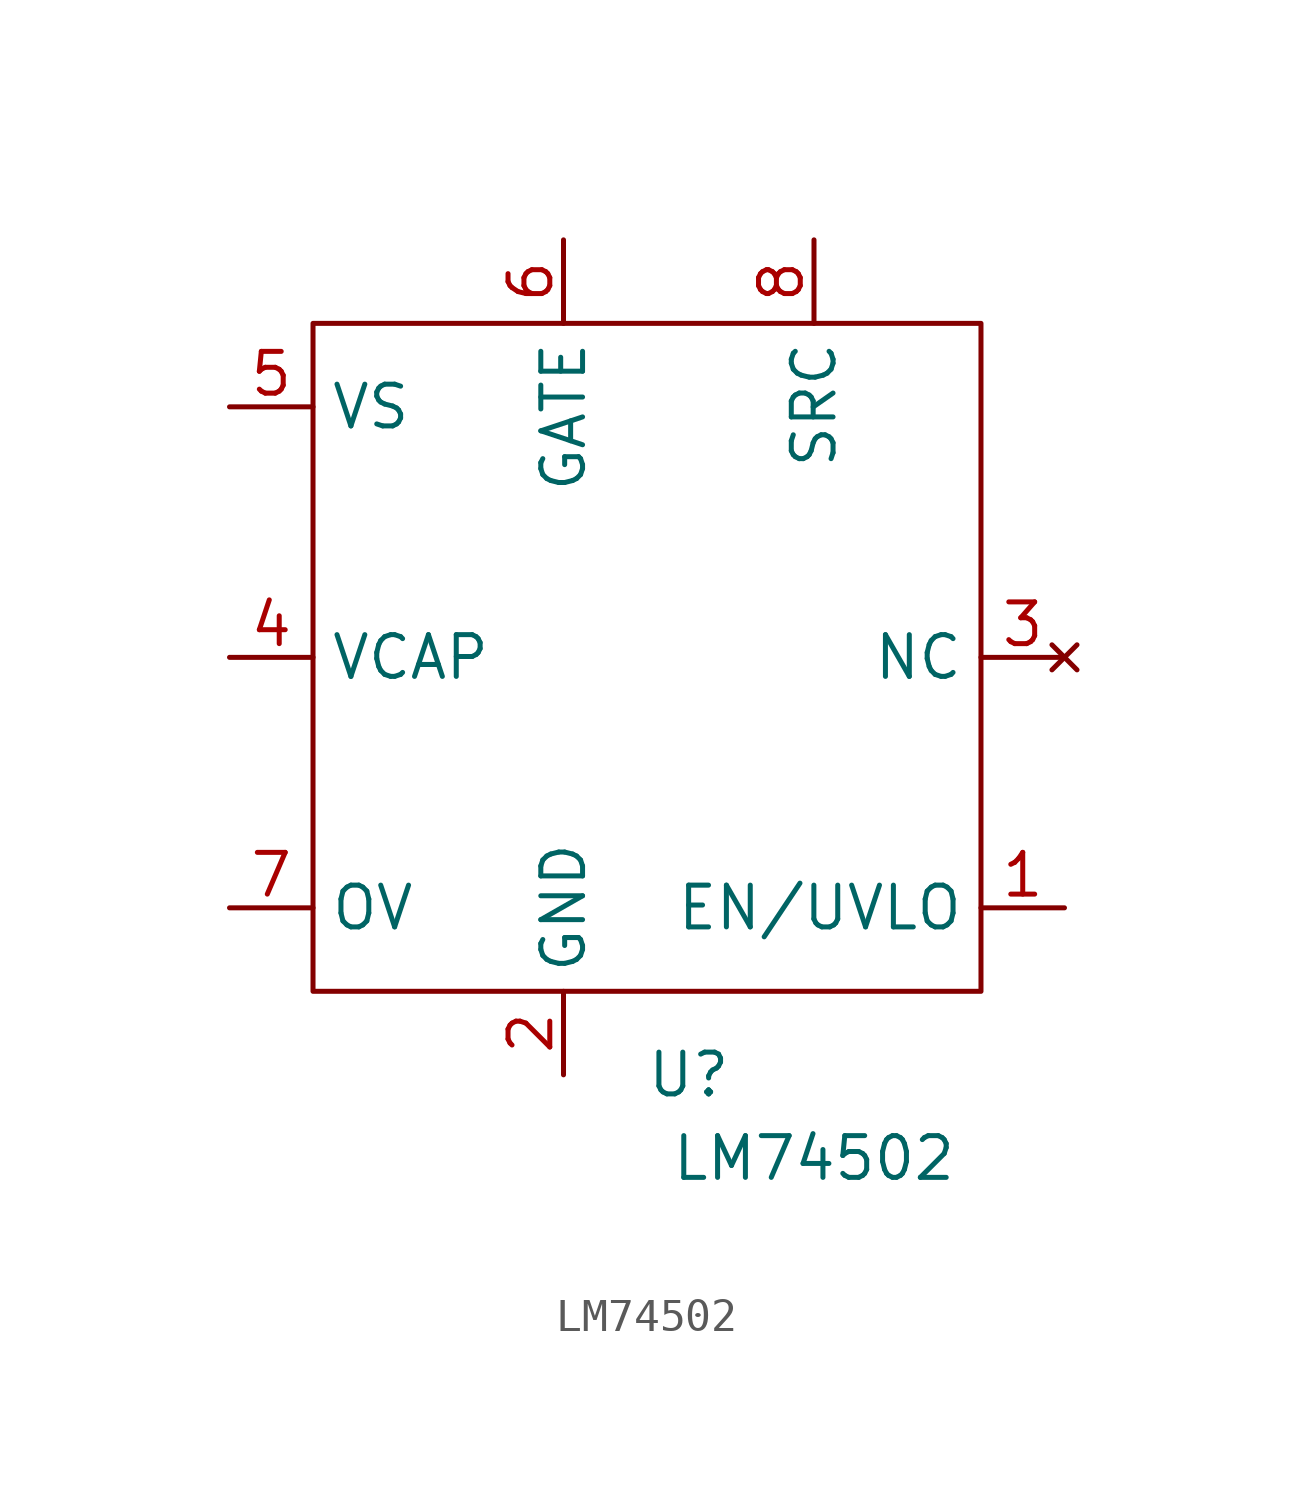
<source format=kicad_sym>
(kicad_symbol_lib
  (version 20231120)
  (generator "kicad_symbol_editor")
  (generator_version "8.0")
  (symbol "LM74502"
    (property "Reference" "U"
      (at 1.27 -12.7 0)
      (effects (font (size 1.27 1.27))))
    (property "Value" "LM74502"
      (at 5.08 -15.24 0)
      (effects (font (size 1.27 1.27))))
    (symbol "LM74502_0_1"
      (rectangle (start -10.16 10.16) (end 10.16 -10.16) (stroke (width 0) (type default)) (fill (type none))))
    (symbol "LM74502_1_1"
      (pin input line (at 12.7 -7.62 180) (length 2.54) (name "EN/UVLO" (effects (font (size 1.27 1.27)))) (number "1" (effects (font (size 1.27 1.27)))))
      (pin power_in line (at -2.54 -12.7 90) (length 2.54) (name "GND" (effects (font (size 1.27 1.27)))) (number "2" (effects (font (size 1.27 1.27)))))
      (pin no_connect line (at 12.7 0 180) (length 2.54) (name "NC" (effects (font (size 1.27 1.27)))) (number "3" (effects (font (size 1.27 1.27)))))
      (pin passive line (at -12.7 0 0) (length 2.54) (name "VCAP" (effects (font (size 1.27 1.27)))) (number "4" (effects (font (size 1.27 1.27)))))
      (pin passive line (at -12.7 7.62 0) (length 2.54) (name "VS" (effects (font (size 1.27 1.27)))) (number "5" (effects (font (size 1.27 1.27)))))
      (pin passive line (at -2.54 12.7 270) (length 2.54) (name "GATE" (effects (font (size 1.27 1.27)))) (number "6" (effects (font (size 1.27 1.27)))))
      (pin passive line (at -12.7 -7.62 0) (length 2.54) (name "OV" (effects (font (size 1.27 1.27)))) (number "7" (effects (font (size 1.27 1.27)))))
      (pin passive line (at 5.08 12.7 270) (length 2.54) (name "SRC" (effects (font (size 1.27 1.27)))) (number "8" (effects (font (size 1.27 1.27))))))))
</source>
